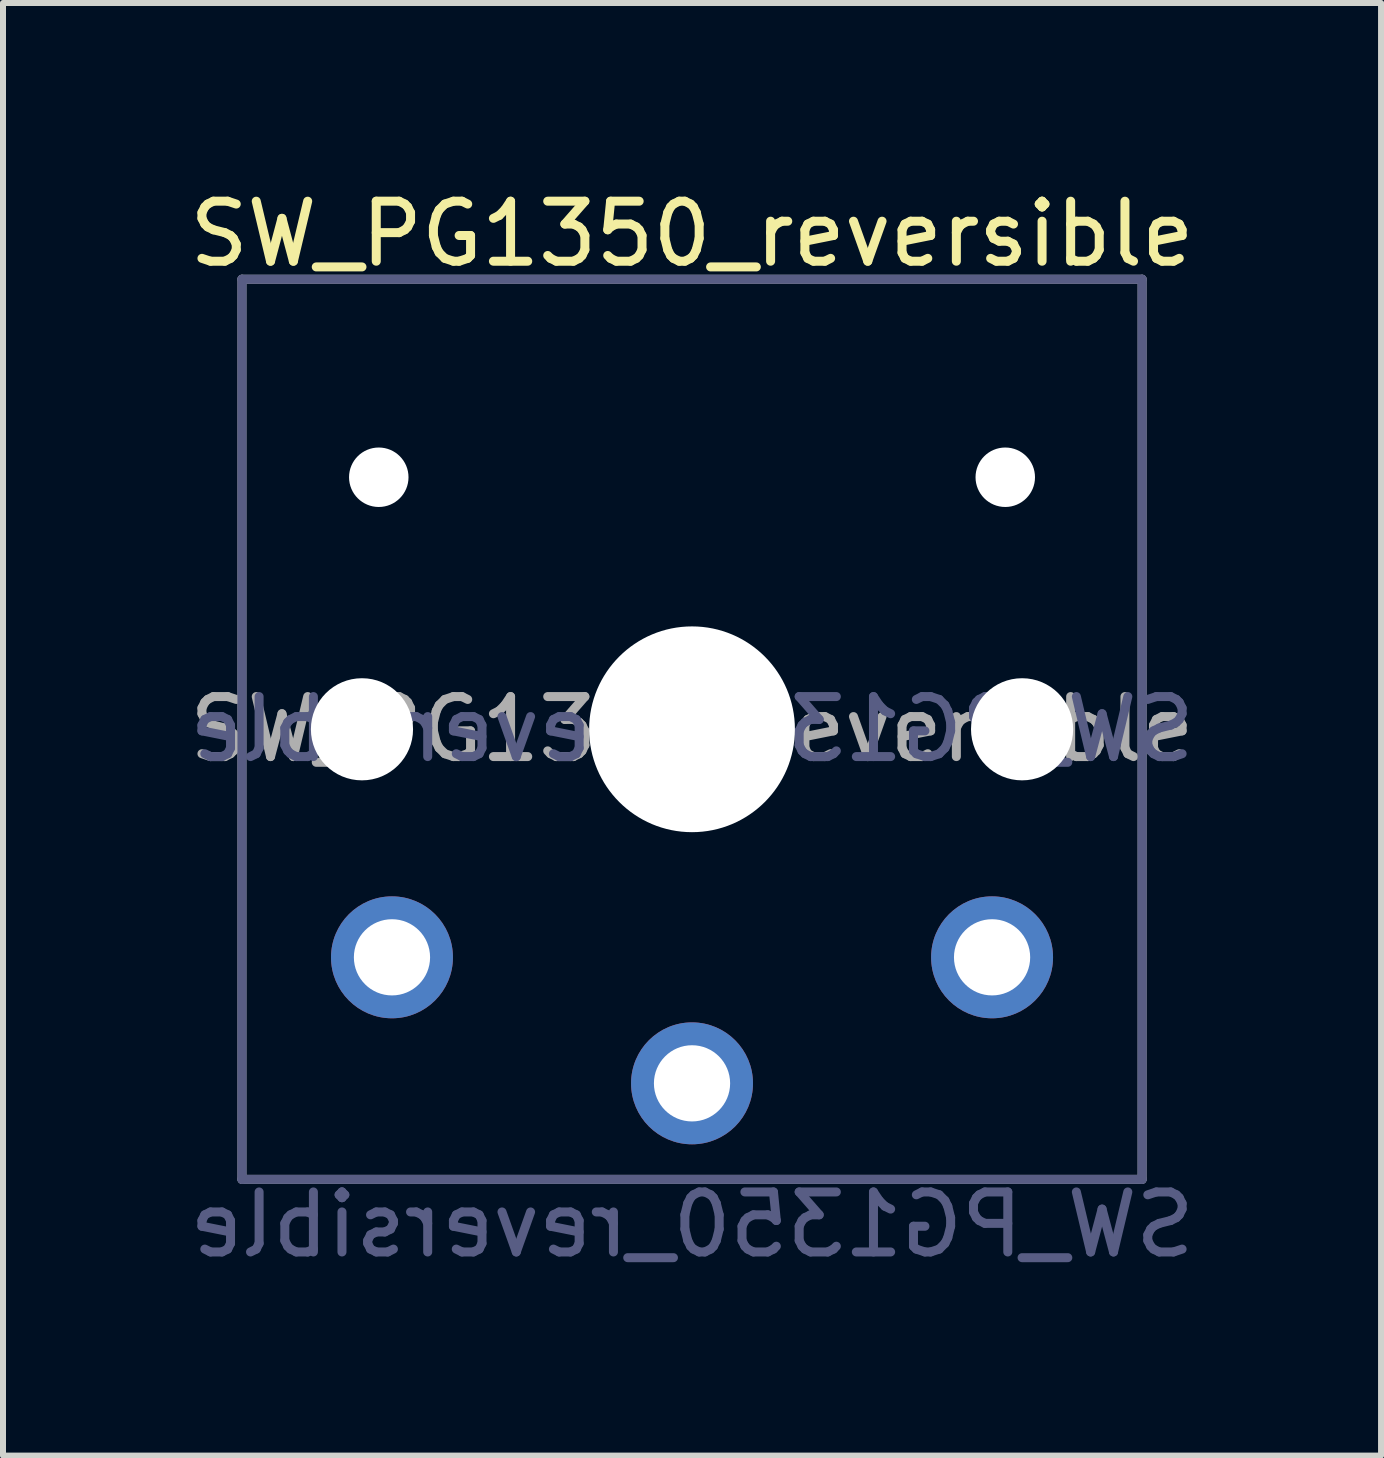
<source format=kicad_pcb>
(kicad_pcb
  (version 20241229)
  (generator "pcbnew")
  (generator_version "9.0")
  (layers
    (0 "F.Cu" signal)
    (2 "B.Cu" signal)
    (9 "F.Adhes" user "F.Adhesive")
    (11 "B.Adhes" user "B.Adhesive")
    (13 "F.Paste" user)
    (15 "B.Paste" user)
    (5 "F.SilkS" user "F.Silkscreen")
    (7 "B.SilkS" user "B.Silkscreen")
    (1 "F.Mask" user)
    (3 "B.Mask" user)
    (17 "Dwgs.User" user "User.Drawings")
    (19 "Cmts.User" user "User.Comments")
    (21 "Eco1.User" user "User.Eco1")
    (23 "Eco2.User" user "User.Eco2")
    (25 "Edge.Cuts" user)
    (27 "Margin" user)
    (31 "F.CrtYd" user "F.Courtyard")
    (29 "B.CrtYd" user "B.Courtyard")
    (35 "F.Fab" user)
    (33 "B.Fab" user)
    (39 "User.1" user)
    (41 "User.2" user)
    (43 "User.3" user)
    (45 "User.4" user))
  (footprint "SW_PG1350_reversible"
    (layer "F.Cu")
    (at 8.482 9.103)
    (property "Reference" "SW_PG1350_reversible" (at 0 -8.255 0) (layer "F.SilkS") (effects (font (size 1 1) (thickness 0.15))))
    (property "Value" "SW_PG1350_reversible" (at 0 8.255 0) (layer "F.Fab") (hide yes) (effects (font (size 1 1) (thickness 0.15))))
    (attr through_hole)
    (fp_line (start -6.9 6.9) (end -6.9 -6.9) (stroke (width 0.15) (type solid)) (layer "Eco2.User"))
    (fp_line (start -6.9 6.9) (end 6.9 6.9) (stroke (width 0.15) (type solid)) (layer "Eco2.User"))
    (fp_line (start -2.6 -3.1) (end -2.6 -6.3) (stroke (width 0.15) (type solid)) (layer "Eco2.User"))
    (fp_line (start -2.6 -3.1) (end 2.6 -3.1) (stroke (width 0.15) (type solid)) (layer "Eco2.User"))
    (fp_line (start 2.6 -6.3) (end -2.6 -6.3) (stroke (width 0.15) (type solid)) (layer "Eco2.User"))
    (fp_line (start 2.6 -3.1) (end 2.6 -6.3) (stroke (width 0.15) (type solid)) (layer "Eco2.User"))
    (fp_line (start 6.9 -6.9) (end -6.9 -6.9) (stroke (width 0.15) (type solid)) (layer "Eco2.User"))
    (fp_line (start 6.9 -6.9) (end 6.9 6.9) (stroke (width 0.15) (type solid)) (layer "Eco2.User"))
    (fp_line (start -7.5 -7.5) (end 7.5 -7.5) (stroke (width 0.15) (type solid)) (layer "B.Fab"))
    (fp_line (start -7.5 7.5) (end -7.5 -7.5) (stroke (width 0.15) (type solid)) (layer "B.Fab"))
    (fp_line (start 7.5 -7.5) (end 7.5 7.5) (stroke (width 0.15) (type solid)) (layer "B.Fab"))
    (fp_line (start 7.5 7.5) (end -7.5 7.5) (stroke (width 0.15) (type solid)) (layer "B.Fab"))
    (fp_line (start -7.5 -7.5) (end 7.5 -7.5) (stroke (width 0.15) (type solid)) (layer "F.Fab"))
    (fp_line (start -7.5 7.5) (end -7.5 -7.5) (stroke (width 0.15) (type solid)) (layer "F.Fab"))
    (fp_line (start 7.5 -7.5) (end 7.5 7.5) (stroke (width 0.15) (type solid)) (layer "F.Fab"))
    (fp_line (start 7.5 7.5) (end -7.5 7.5) (stroke (width 0.15) (type solid)) (layer "F.Fab"))
    (fp_text user "${VALUE}" (at 0 8.255 0) (layer "B.Fab") (effects (font (size 1 1) (thickness 0.15)) (justify mirror)))
    (fp_text user "${REFERENCE}" (at 0 0 0) (layer "B.Fab") (effects (font (size 1 1) (thickness 0.15)) (justify mirror)))
    (fp_text user "${REFERENCE}" (at 0 0 0) (layer "F.Fab") (effects (font (size 1 1) (thickness 0.15))))
    (pad "" np_thru_hole circle (at -5.5 0) (size 1.702 1.702) (drill 1.702) (layers "*.Cu" "*.Mask"))
    (pad "" np_thru_hole circle (at -5.22 -4.2) (size 0.991 0.991) (drill 0.991) (layers "*.Cu" "*.Mask"))
    (pad "" np_thru_hole circle (at 0 0) (size 3.429 3.429) (drill 3.429) (layers "*.Cu" "*.Mask"))
    (pad "" np_thru_hole circle (at 5.22 -4.2) (size 0.991 0.991) (drill 0.991) (layers "*.Cu" "*.Mask"))
    (pad "" np_thru_hole circle (at 5.5 0) (size 1.702 1.702) (drill 1.702) (layers "*.Cu" "*.Mask"))
    (pad "1" thru_hole circle (at 0 5.9) (size 2.032 2.032) (drill 1.27) (layers "*.Cu" "*.Mask"))
    (pad "2" thru_hole circle (at -5 3.8) (size 2.032 2.032) (drill 1.27) (layers "*.Cu" "*.Mask"))
    (pad "2" thru_hole circle (at 5 3.8) (size 2.032 2.032) (drill 1.27) (layers "*.Cu" "*.Mask")))
  (gr_rect
    (start -3 -3)
    (end 19.964 21.206)
    (stroke (width 0.1) (type default))
    (fill no)
    (layer "Edge.Cuts")))
</source>
